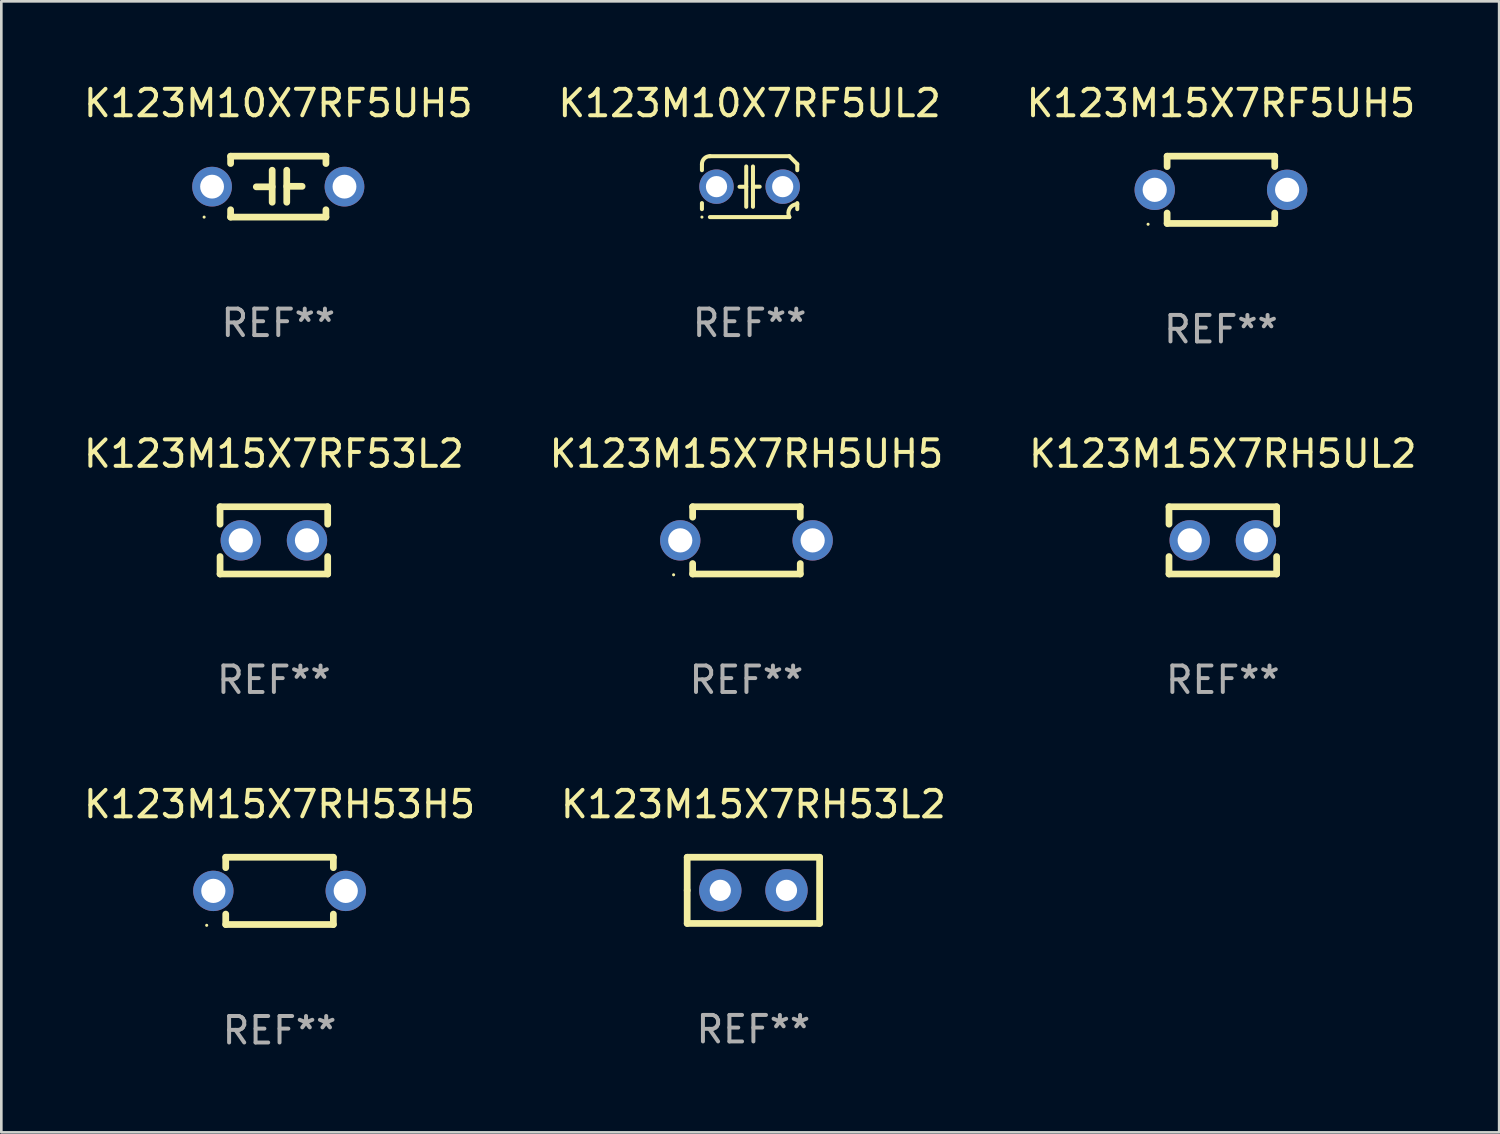
<source format=kicad_pcb>
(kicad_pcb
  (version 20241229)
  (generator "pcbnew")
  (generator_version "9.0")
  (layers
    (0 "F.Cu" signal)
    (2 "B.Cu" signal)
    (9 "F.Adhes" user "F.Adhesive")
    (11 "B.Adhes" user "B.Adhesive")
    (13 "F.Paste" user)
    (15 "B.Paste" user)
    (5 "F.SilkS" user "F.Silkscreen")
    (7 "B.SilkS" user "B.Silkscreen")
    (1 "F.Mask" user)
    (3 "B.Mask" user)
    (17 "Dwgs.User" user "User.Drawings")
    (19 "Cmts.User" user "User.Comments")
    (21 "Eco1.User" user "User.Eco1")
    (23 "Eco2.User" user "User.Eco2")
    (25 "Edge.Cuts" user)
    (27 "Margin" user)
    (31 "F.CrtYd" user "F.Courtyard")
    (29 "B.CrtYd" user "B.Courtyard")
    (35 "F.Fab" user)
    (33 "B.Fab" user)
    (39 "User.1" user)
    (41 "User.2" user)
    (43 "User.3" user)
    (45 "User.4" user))
  (footprint "K123M15X7RH5UH5"
    (layer "F.Cu")
    (at 25.137 17.355)
    (property "Reference" "K123M15X7RH5UH5" (at 0 -3.27 0) (layer "F.SilkS") (effects (font (size 1 1) (thickness 0.15))))
    (attr through_hole)
    (fp_line (start -2.032 -1.27) (end -2.032 -0.876) (stroke (width 0.254) (type solid)) (layer "F.SilkS"))
    (fp_line (start -2.032 0.876) (end -2.032 1.27) (stroke (width 0.254) (type solid)) (layer "F.SilkS"))
    (fp_line (start -2.032 1.27) (end 2.032 1.27) (stroke (width 0.254) (type solid)) (layer "F.SilkS"))
    (fp_line (start 2.032 -1.27) (end -2.032 -1.27) (stroke (width 0.254) (type solid)) (layer "F.SilkS"))
    (fp_line (start 2.032 -0.876) (end 2.032 -1.27) (stroke (width 0.254) (type solid)) (layer "F.SilkS"))
    (fp_line (start 2.032 1.27) (end 2.032 0.876) (stroke (width 0.254) (type solid)) (layer "F.SilkS"))
    (fp_circle (center -2.751 1.3) (end -2.721 1.3) (stroke (width 0.06) (type solid)) (fill no) (layer "F.SilkS"))
    (fp_text user "REF**" (at 0 5.27 0) (layer "F.Fab") (effects (font (size 1 1) (thickness 0.15))))
    (pad "1" thru_hole circle (at -2.5 0) (size 1.524 1.524) (drill 0.914) (layers "*.Cu" "*.Mask"))
    (pad "2" thru_hole circle (at 2.5 0) (size 1.524 1.524) (drill 0.914) (layers "*.Cu" "*.Mask")))
  (footprint "K123M10X7RF5UL2"
    (layer "F.Cu")
    (at 25.256 3.998)
    (property "Reference" "K123M10X7RF5UL2" (at 0 -3.15 0) (layer "F.SilkS") (effects (font (size 1 1) (thickness 0.15))))
    (attr through_hole)
    (fp_line (start -1.8 -0.621) (end -1.8 -0.85) (stroke (width 0.152) (type solid)) (layer "F.SilkS"))
    (fp_line (start -1.8 0.85) (end -1.8 0.621) (stroke (width 0.152) (type solid)) (layer "F.SilkS"))
    (fp_line (start -1.5 -1.15) (end 1.5 -1.15) (stroke (width 0.152) (type solid)) (layer "F.SilkS"))
    (fp_line (start -0.127 -0.762) (end -0.127 0.762) (stroke (width 0.152) (type solid)) (layer "F.SilkS"))
    (fp_line (start -0.127 0.005) (end -0.381 0.005) (stroke (width 0.152) (type solid)) (layer "F.SilkS"))
    (fp_line (start 0.127 -0.762) (end 0.127 0.762) (stroke (width 0.152) (type solid)) (layer "F.SilkS"))
    (fp_line (start 0.127 0.002) (end 0.381 0.002) (stroke (width 0.152) (type solid)) (layer "F.SilkS"))
    (fp_line (start 1.5 1.15) (end -1.5 1.15) (stroke (width 0.152) (type solid)) (layer "F.SilkS"))
    (fp_line (start 1.8 -0.85) (end 1.8 -0.621) (stroke (width 0.152) (type solid)) (layer "F.SilkS"))
    (fp_line (start 1.8 0.621) (end 1.8 0.85) (stroke (width 0.152) (type solid)) (layer "F.SilkS"))
    (fp_arc (start -1.799975 -0.849987) (mid -1.712107 -1.062119) (end -1.499975 -1.149987) (stroke (width 0.151994) (type solid)) (layer "F.SilkS"))
    (fp_arc (start 1.499975 1.149987) (mid 1.513726 0.822359) (end 1.799975 0.662387) (stroke (width 0.151994) (type solid)) (layer "F.SilkS"))
    (fp_arc (start 1.500001 -1.149986) (mid 1.650015 -1.000001) (end 1.8 -0.849987) (stroke (width 0.151994) (type solid)) (layer "F.SilkS"))
    (fp_circle (center -1.8 1.15) (end -1.77 1.15) (stroke (width 0.06) (type solid)) (fill no) (layer "F.SilkS"))
    (fp_text user "REF**" (at 0 5.15 0) (layer "F.Fab") (effects (font (size 1 1) (thickness 0.15))))
    (pad "1" thru_hole circle (at -1.25 0) (size 1.3 1.3) (drill 0.8) (layers "*.Cu" "*.Mask"))
    (pad "2" thru_hole circle (at 1.25 0) (size 1.3 1.3) (drill 0.8) (layers "*.Cu" "*.Mask")))
  (footprint "K123M15X7RF53L2"
    (layer "F.Cu")
    (at 7.292 17.355)
    (property "Reference" "K123M15X7RF53L2" (at 0 -3.27 0) (layer "F.SilkS") (effects (font (size 1 1) (thickness 0.15))))
    (attr through_hole)
    (fp_line (start -2.032 -1.27) (end -2.032 -0.611) (stroke (width 0.254) (type solid)) (layer "F.SilkS"))
    (fp_line (start -2.032 0.611) (end -2.032 1.27) (stroke (width 0.254) (type solid)) (layer "F.SilkS"))
    (fp_line (start -2.032 1.27) (end 2.032 1.27) (stroke (width 0.254) (type solid)) (layer "F.SilkS"))
    (fp_line (start 2.032 -1.27) (end -2.032 -1.27) (stroke (width 0.254) (type solid)) (layer "F.SilkS"))
    (fp_line (start 2.032 -0.611) (end 2.032 -1.27) (stroke (width 0.254) (type solid)) (layer "F.SilkS"))
    (fp_line (start 2.032 1.27) (end 2.032 0.611) (stroke (width 0.254) (type solid)) (layer "F.SilkS"))
    (fp_circle (center -2 1.3) (end -1.97 1.3) (stroke (width 0.06) (type solid)) (fill no) (layer "F.SilkS"))
    (fp_text user "REF**" (at 0 5.27 0) (layer "F.Fab") (effects (font (size 1 1) (thickness 0.15))))
    (pad "1" thru_hole circle (at -1.25 0) (size 1.524 1.524) (drill 0.914) (layers "*.Cu" "*.Mask"))
    (pad "2" thru_hole circle (at 1.25 0) (size 1.524 1.524) (drill 0.914) (layers "*.Cu" "*.Mask")))
  (footprint "K123M15X7RF5UH5"
    (layer "F.Cu")
    (at 43.054 4.118)
    (property "Reference" "K123M15X7RF5UH5" (at 0 -3.27 0) (layer "F.SilkS") (effects (font (size 1 1) (thickness 0.15))))
    (attr through_hole)
    (fp_line (start -2.032 -1.27) (end -2.032 -0.876) (stroke (width 0.254) (type solid)) (layer "F.SilkS"))
    (fp_line (start -2.032 0.876) (end -2.032 1.27) (stroke (width 0.254) (type solid)) (layer "F.SilkS"))
    (fp_line (start -2.032 1.27) (end 2.032 1.27) (stroke (width 0.254) (type solid)) (layer "F.SilkS"))
    (fp_line (start 2.032 -1.27) (end -2.032 -1.27) (stroke (width 0.254) (type solid)) (layer "F.SilkS"))
    (fp_line (start 2.032 -0.876) (end 2.032 -1.27) (stroke (width 0.254) (type solid)) (layer "F.SilkS"))
    (fp_line (start 2.032 1.27) (end 2.032 0.876) (stroke (width 0.254) (type solid)) (layer "F.SilkS"))
    (fp_circle (center -2.751 1.3) (end -2.721 1.3) (stroke (width 0.06) (type solid)) (fill no) (layer "F.SilkS"))
    (fp_text user "REF**" (at 0 5.27 0) (layer "F.Fab") (effects (font (size 1 1) (thickness 0.15))))
    (pad "1" thru_hole circle (at -2.5 0) (size 1.524 1.524) (drill 0.914) (layers "*.Cu" "*.Mask"))
    (pad "2" thru_hole circle (at 2.5 0) (size 1.524 1.524) (drill 0.914) (layers "*.Cu" "*.Mask")))
  (footprint "K123M15X7RH5UL2"
    (layer "F.Cu")
    (at 43.125 17.355)
    (property "Reference" "K123M15X7RH5UL2" (at 0 -3.27 0) (layer "F.SilkS") (effects (font (size 1 1) (thickness 0.15))))
    (attr through_hole)
    (fp_line (start -2.032 -1.27) (end -2.032 -0.611) (stroke (width 0.254) (type solid)) (layer "F.SilkS"))
    (fp_line (start -2.032 0.611) (end -2.032 1.27) (stroke (width 0.254) (type solid)) (layer "F.SilkS"))
    (fp_line (start -2.032 1.27) (end 2.032 1.27) (stroke (width 0.254) (type solid)) (layer "F.SilkS"))
    (fp_line (start 2.032 -1.27) (end -2.032 -1.27) (stroke (width 0.254) (type solid)) (layer "F.SilkS"))
    (fp_line (start 2.032 -0.611) (end 2.032 -1.27) (stroke (width 0.254) (type solid)) (layer "F.SilkS"))
    (fp_line (start 2.032 1.27) (end 2.032 0.611) (stroke (width 0.254) (type solid)) (layer "F.SilkS"))
    (fp_circle (center -2 1.3) (end -1.97 1.3) (stroke (width 0.06) (type solid)) (fill no) (layer "F.SilkS"))
    (fp_text user "REF**" (at 0 5.27 0) (layer "F.Fab") (effects (font (size 1 1) (thickness 0.15))))
    (pad "1" thru_hole circle (at -1.25 0) (size 1.524 1.524) (drill 0.914) (layers "*.Cu" "*.Mask"))
    (pad "2" thru_hole circle (at 1.25 0) (size 1.524 1.524) (drill 0.914) (layers "*.Cu" "*.Mask")))
  (footprint "K123M15X7RH53L2"
    (layer "F.Cu")
    (at 25.399 30.571)
    (property "Reference" "K123M15X7RH53L2" (at 0 -3.25 0) (layer "F.SilkS") (effects (font (size 1 1) (thickness 0.15))))
    (attr through_hole)
    (fp_line (start -2.5 -1.25) (end 2.5 -1.25) (stroke (width 0.254) (type solid)) (layer "F.SilkS"))
    (fp_line (start -2.5 0) (end -2.5 -1.25) (stroke (width 0.254) (type solid)) (layer "F.SilkS"))
    (fp_line (start -2.5 1.25) (end -2.5 0) (stroke (width 0.254) (type solid)) (layer "F.SilkS"))
    (fp_line (start 2.5 -1.25) (end 2.5 1.25) (stroke (width 0.254) (type solid)) (layer "F.SilkS"))
    (fp_line (start 2.5 1.25) (end -2.5 1.25) (stroke (width 0.254) (type solid)) (layer "F.SilkS"))
    (fp_circle (center -2.5 1.25) (end -2.47 1.25) (stroke (width 0.06) (type solid)) (fill no) (layer "F.SilkS"))
    (fp_text user "REF**" (at 0 5.25 0) (layer "F.Fab") (effects (font (size 1 1) (thickness 0.15))))
    (pad "1" thru_hole circle (at -1.25 0) (size 1.6 1.6) (drill 0.8) (layers "*.Cu" "*.Mask"))
    (pad "2" thru_hole circle (at 1.25 0) (size 1.6 1.6) (drill 0.8) (layers "*.Cu" "*.Mask")))
  (footprint "K123M15X7RH53H5"
    (layer "F.Cu")
    (at 7.506 30.591)
    (property "Reference" "K123M15X7RH53H5" (at 0 -3.27 0) (layer "F.SilkS") (effects (font (size 1 1) (thickness 0.15))))
    (attr through_hole)
    (fp_line (start -2.032 -1.27) (end -2.032 -0.876) (stroke (width 0.254) (type solid)) (layer "F.SilkS"))
    (fp_line (start -2.032 0.876) (end -2.032 1.27) (stroke (width 0.254) (type solid)) (layer "F.SilkS"))
    (fp_line (start -2.032 1.27) (end 2.032 1.27) (stroke (width 0.254) (type solid)) (layer "F.SilkS"))
    (fp_line (start 2.032 -1.27) (end -2.032 -1.27) (stroke (width 0.254) (type solid)) (layer "F.SilkS"))
    (fp_line (start 2.032 -0.876) (end 2.032 -1.27) (stroke (width 0.254) (type solid)) (layer "F.SilkS"))
    (fp_line (start 2.032 1.27) (end 2.032 0.876) (stroke (width 0.254) (type solid)) (layer "F.SilkS"))
    (fp_circle (center -2.751 1.3) (end -2.721 1.3) (stroke (width 0.06) (type solid)) (fill no) (layer "F.SilkS"))
    (fp_text user "REF**" (at 0 5.27 0) (layer "F.Fab") (effects (font (size 1 1) (thickness 0.15))))
    (pad "1" thru_hole circle (at -2.5 0) (size 1.524 1.524) (drill 0.914) (layers "*.Cu" "*.Mask"))
    (pad "2" thru_hole circle (at 2.5 0) (size 1.524 1.524) (drill 0.914) (layers "*.Cu" "*.Mask")))
  (footprint "K123M10X7RF5UH5"
    (layer "F.Cu")
    (at 7.458 3.998)
    (property "Reference" "K123M10X7RF5UH5" (at 0 -3.15 0) (layer "F.SilkS") (effects (font (size 1 1) (thickness 0.15))))
    (attr through_hole)
    (fp_line (start -1.8 -1.15) (end -1.8 -0.872) (stroke (width 0.254) (type solid)) (layer "F.SilkS"))
    (fp_line (start -1.8 -1.15) (end 1.8 -1.15) (stroke (width 0.254) (type solid)) (layer "F.SilkS"))
    (fp_line (start -1.8 0.872) (end -1.8 1.15) (stroke (width 0.254) (type solid)) (layer "F.SilkS"))
    (fp_line (start -1.8 1.15) (end 1.8 1.15) (stroke (width 0.254) (type solid)) (layer "F.SilkS"))
    (fp_line (start -0.23 -0.62) (end -0.23 0.59) (stroke (width 0.254) (type solid)) (layer "F.SilkS"))
    (fp_line (start -0.23 0.007) (end -0.83 0.007) (stroke (width 0.254) (type solid)) (layer "F.SilkS"))
    (fp_line (start 0.32 -0.62) (end 0.32 0.59) (stroke (width 0.254) (type solid)) (layer "F.SilkS"))
    (fp_line (start 0.32 -0.012) (end 0.9 -0.012) (stroke (width 0.254) (type solid)) (layer "F.SilkS"))
    (fp_line (start 1.8 -1.15) (end 1.8 -0.872) (stroke (width 0.254) (type solid)) (layer "F.SilkS"))
    (fp_line (start 1.8 0.872) (end 1.8 1.15) (stroke (width 0.254) (type solid)) (layer "F.SilkS"))
    (fp_circle (center -2.8 1.15) (end -2.77 1.15) (stroke (width 0.06) (type solid)) (fill no) (layer "F.SilkS"))
    (fp_text user "REF**" (at 0 5.15 0) (layer "F.Fab") (effects (font (size 1 1) (thickness 0.15))))
    (pad "1" thru_hole circle (at -2.5 0) (size 1.5 1.5) (drill 0.9) (layers "*.Cu" "*.Mask"))
    (pad "2" thru_hole circle (at 2.5 0) (size 1.5 1.5) (drill 0.9) (layers "*.Cu" "*.Mask")))
  (gr_rect
    (start -3 -3)
    (end 53.56 39.71)
    (stroke (width 0.1) (type default))
    (fill no)
    (layer "Edge.Cuts")))
</source>
